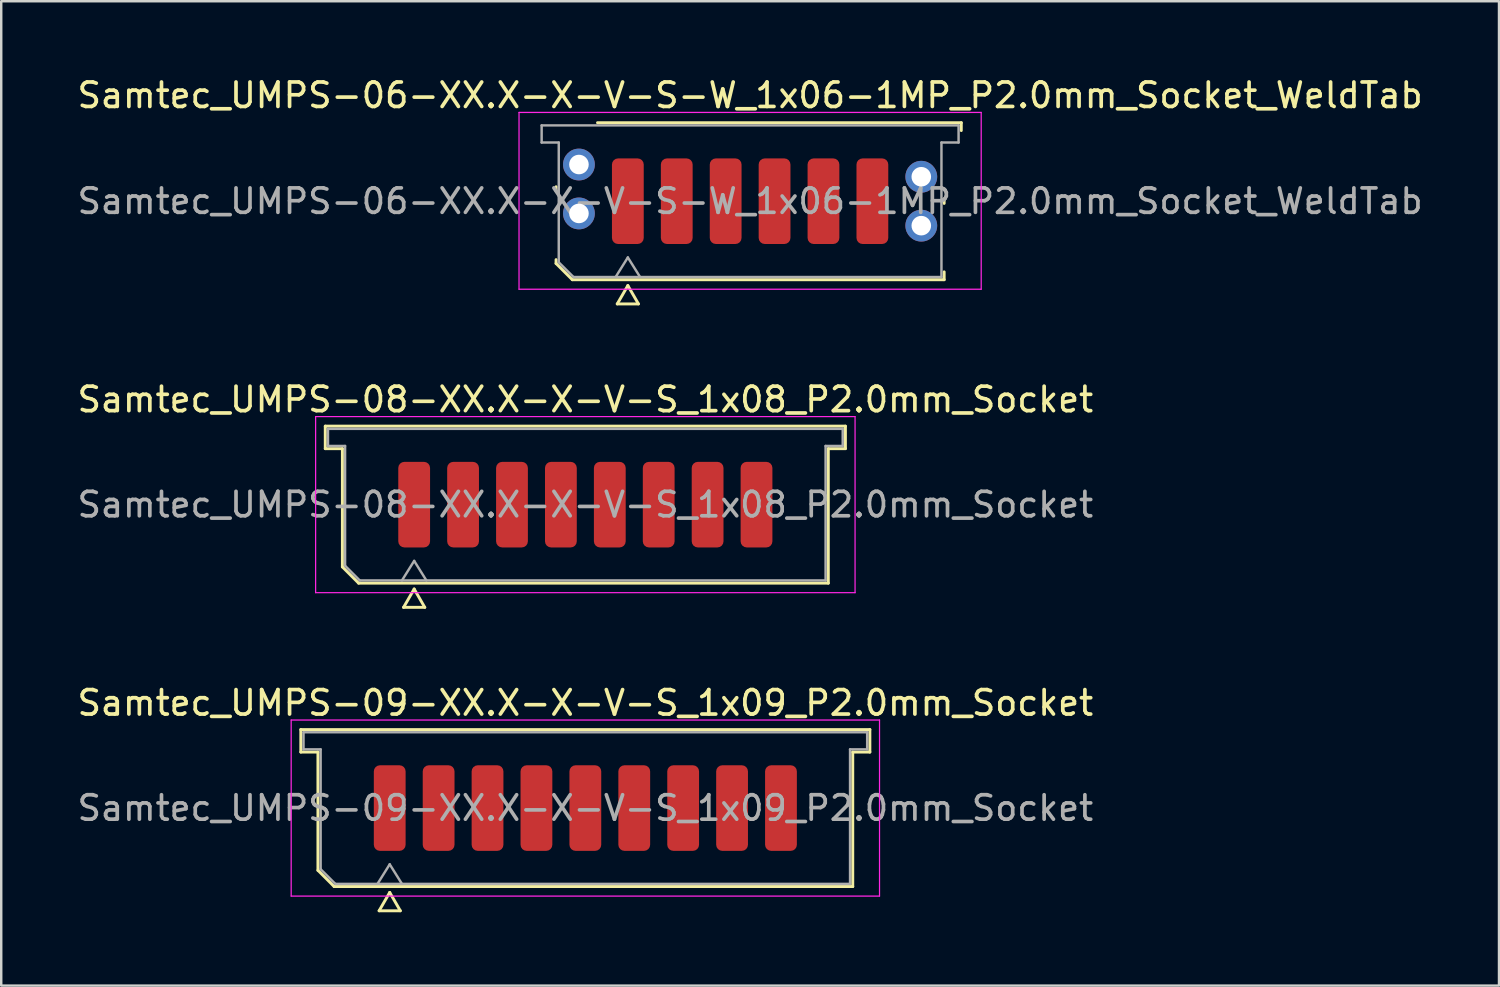
<source format=kicad_pcb>
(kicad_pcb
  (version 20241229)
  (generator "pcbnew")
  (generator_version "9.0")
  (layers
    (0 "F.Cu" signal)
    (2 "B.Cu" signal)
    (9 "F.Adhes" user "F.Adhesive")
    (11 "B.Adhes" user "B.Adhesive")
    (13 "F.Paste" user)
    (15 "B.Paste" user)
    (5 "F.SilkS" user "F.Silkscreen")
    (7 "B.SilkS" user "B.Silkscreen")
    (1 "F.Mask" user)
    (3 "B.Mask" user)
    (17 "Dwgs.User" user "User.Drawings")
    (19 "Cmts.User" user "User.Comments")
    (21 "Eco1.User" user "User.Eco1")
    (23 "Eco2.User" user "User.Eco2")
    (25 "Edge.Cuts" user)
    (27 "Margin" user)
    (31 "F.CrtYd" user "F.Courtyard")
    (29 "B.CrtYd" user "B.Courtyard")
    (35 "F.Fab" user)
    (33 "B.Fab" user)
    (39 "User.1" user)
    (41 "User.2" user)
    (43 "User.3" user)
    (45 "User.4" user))
  (footprint "Samtec_UMPS-08-XX.X-X-V-S_1x08_P2.0mm_Socket"
    (layer "F.Cu")
    (at 20.887 17.587)
    (property "Reference" "Samtec_UMPS-08-XX.X-X-V-S_1x08_P2.0mm_Socket" (at 0 -4.3 0) (layer "F.SilkS") (effects (font (size 1 1) (thickness 0.15))))
    (attr smd)
    (fp_line (start -10.635 -3.21) (end 10.635 -3.21) (stroke (width 0.12) (type solid)) (layer "F.SilkS"))
    (fp_line (start -10.635 -2.29) (end -10.635 -3.21) (stroke (width 0.12) (type solid)) (layer "F.SilkS"))
    (fp_line (start -9.935 -2.29) (end -10.635 -2.29) (stroke (width 0.12) (type solid)) (layer "F.SilkS"))
    (fp_line (start -9.935 2.546) (end -9.935 -2.29) (stroke (width 0.12) (type solid)) (layer "F.SilkS"))
    (fp_line (start -9.271 3.21) (end -9.935 2.546) (stroke (width 0.12) (type solid)) (layer "F.SilkS"))
    (fp_line (start -7.433 4.2) (end -7 3.45) (stroke (width 0.12) (type solid)) (layer "F.SilkS"))
    (fp_line (start -7 3.45) (end -6.567 4.2) (stroke (width 0.12) (type solid)) (layer "F.SilkS"))
    (fp_line (start -6.567 4.2) (end -7.433 4.2) (stroke (width 0.12) (type solid)) (layer "F.SilkS"))
    (fp_line (start 9.935 -2.29) (end 9.935 3.21) (stroke (width 0.12) (type solid)) (layer "F.SilkS"))
    (fp_line (start 9.935 3.21) (end -9.271 3.21) (stroke (width 0.12) (type solid)) (layer "F.SilkS"))
    (fp_line (start 10.635 -3.21) (end 10.635 -2.29) (stroke (width 0.12) (type solid)) (layer "F.SilkS"))
    (fp_line (start 10.635 -2.29) (end 9.935 -2.29) (stroke (width 0.12) (type solid)) (layer "F.SilkS"))
    (fp_line (start -11.03 -3.6) (end -11.03 3.6) (stroke (width 0.05) (type solid)) (layer "F.CrtYd"))
    (fp_line (start -11.03 3.6) (end 11.03 3.6) (stroke (width 0.05) (type solid)) (layer "F.CrtYd"))
    (fp_line (start 11.03 -3.6) (end -11.03 -3.6) (stroke (width 0.05) (type solid)) (layer "F.CrtYd"))
    (fp_line (start 11.03 3.6) (end 11.03 -3.6) (stroke (width 0.05) (type solid)) (layer "F.CrtYd"))
    (fp_line (start -10.525 -3.1) (end 10.525 -3.1) (stroke (width 0.1) (type solid)) (layer "F.Fab"))
    (fp_line (start -10.525 -2.4) (end -10.525 -3.1) (stroke (width 0.1) (type solid)) (layer "F.Fab"))
    (fp_line (start -9.825 -2.4) (end -10.525 -2.4) (stroke (width 0.1) (type solid)) (layer "F.Fab"))
    (fp_line (start -9.825 2.5) (end -9.825 -2.4) (stroke (width 0.1) (type solid)) (layer "F.Fab"))
    (fp_line (start -9.225 3.1) (end -9.825 2.5) (stroke (width 0.1) (type solid)) (layer "F.Fab"))
    (fp_line (start -7.5 3.1) (end -7 2.3) (stroke (width 0.1) (type solid)) (layer "F.Fab"))
    (fp_line (start -7 2.3) (end -6.5 3.1) (stroke (width 0.1) (type solid)) (layer "F.Fab"))
    (fp_line (start 9.825 -2.4) (end 9.825 3.1) (stroke (width 0.1) (type solid)) (layer "F.Fab"))
    (fp_line (start 9.825 3.1) (end -9.225 3.1) (stroke (width 0.1) (type solid)) (layer "F.Fab"))
    (fp_line (start 10.525 -3.1) (end 10.525 -2.4) (stroke (width 0.1) (type solid)) (layer "F.Fab"))
    (fp_line (start 10.525 -2.4) (end 9.825 -2.4) (stroke (width 0.1) (type solid)) (layer "F.Fab"))
    (fp_text user "${REFERENCE}" (at 0 0 0) (layer "F.Fab") (effects (font (size 1 1) (thickness 0.15))))
    (pad "1" smd roundrect (at -7 0) (size 1.3 3.5) (layers "F.Cu" "F.Mask" "F.Paste") (roundrect_rratio 0.192))
    (pad "2" smd roundrect (at -5 0) (size 1.3 3.5) (layers "F.Cu" "F.Mask" "F.Paste") (roundrect_rratio 0.192))
    (pad "3" smd roundrect (at -3 0) (size 1.3 3.5) (layers "F.Cu" "F.Mask" "F.Paste") (roundrect_rratio 0.192))
    (pad "4" smd roundrect (at -1 0) (size 1.3 3.5) (layers "F.Cu" "F.Mask" "F.Paste") (roundrect_rratio 0.192))
    (pad "5" smd roundrect (at 1 0) (size 1.3 3.5) (layers "F.Cu" "F.Mask" "F.Paste") (roundrect_rratio 0.192))
    (pad "6" smd roundrect (at 3 0) (size 1.3 3.5) (layers "F.Cu" "F.Mask" "F.Paste") (roundrect_rratio 0.192))
    (pad "7" smd roundrect (at 5 0) (size 1.3 3.5) (layers "F.Cu" "F.Mask" "F.Paste") (roundrect_rratio 0.192))
    (pad "8" smd roundrect (at 7 0) (size 1.3 3.5) (layers "F.Cu" "F.Mask" "F.Paste") (roundrect_rratio 0.192)))
  (footprint "Samtec_UMPS-09-XX.X-X-V-S_1x09_P2.0mm_Socket"
    (layer "F.Cu")
    (at 20.887 29.995)
    (property "Reference" "Samtec_UMPS-09-XX.X-X-V-S_1x09_P2.0mm_Socket" (at 0 -4.3 0) (layer "F.SilkS") (effects (font (size 1 1) (thickness 0.15))))
    (attr smd)
    (fp_line (start -11.635 -3.21) (end 11.635 -3.21) (stroke (width 0.12) (type solid)) (layer "F.SilkS"))
    (fp_line (start -11.635 -2.29) (end -11.635 -3.21) (stroke (width 0.12) (type solid)) (layer "F.SilkS"))
    (fp_line (start -10.935 -2.29) (end -11.635 -2.29) (stroke (width 0.12) (type solid)) (layer "F.SilkS"))
    (fp_line (start -10.935 2.546) (end -10.935 -2.29) (stroke (width 0.12) (type solid)) (layer "F.SilkS"))
    (fp_line (start -10.271 3.21) (end -10.935 2.546) (stroke (width 0.12) (type solid)) (layer "F.SilkS"))
    (fp_line (start -8.433 4.2) (end -8 3.45) (stroke (width 0.12) (type solid)) (layer "F.SilkS"))
    (fp_line (start -8 3.45) (end -7.567 4.2) (stroke (width 0.12) (type solid)) (layer "F.SilkS"))
    (fp_line (start -7.567 4.2) (end -8.433 4.2) (stroke (width 0.12) (type solid)) (layer "F.SilkS"))
    (fp_line (start 10.935 -2.29) (end 10.935 3.21) (stroke (width 0.12) (type solid)) (layer "F.SilkS"))
    (fp_line (start 10.935 3.21) (end -10.271 3.21) (stroke (width 0.12) (type solid)) (layer "F.SilkS"))
    (fp_line (start 11.635 -3.21) (end 11.635 -2.29) (stroke (width 0.12) (type solid)) (layer "F.SilkS"))
    (fp_line (start 11.635 -2.29) (end 10.935 -2.29) (stroke (width 0.12) (type solid)) (layer "F.SilkS"))
    (fp_line (start -12.03 -3.6) (end -12.03 3.6) (stroke (width 0.05) (type solid)) (layer "F.CrtYd"))
    (fp_line (start -12.03 3.6) (end 12.03 3.6) (stroke (width 0.05) (type solid)) (layer "F.CrtYd"))
    (fp_line (start 12.03 -3.6) (end -12.03 -3.6) (stroke (width 0.05) (type solid)) (layer "F.CrtYd"))
    (fp_line (start 12.03 3.6) (end 12.03 -3.6) (stroke (width 0.05) (type solid)) (layer "F.CrtYd"))
    (fp_line (start -11.525 -3.1) (end 11.525 -3.1) (stroke (width 0.1) (type solid)) (layer "F.Fab"))
    (fp_line (start -11.525 -2.4) (end -11.525 -3.1) (stroke (width 0.1) (type solid)) (layer "F.Fab"))
    (fp_line (start -10.825 -2.4) (end -11.525 -2.4) (stroke (width 0.1) (type solid)) (layer "F.Fab"))
    (fp_line (start -10.825 2.5) (end -10.825 -2.4) (stroke (width 0.1) (type solid)) (layer "F.Fab"))
    (fp_line (start -10.225 3.1) (end -10.825 2.5) (stroke (width 0.1) (type solid)) (layer "F.Fab"))
    (fp_line (start -8.5 3.1) (end -8 2.3) (stroke (width 0.1) (type solid)) (layer "F.Fab"))
    (fp_line (start -8 2.3) (end -7.5 3.1) (stroke (width 0.1) (type solid)) (layer "F.Fab"))
    (fp_line (start 10.825 -2.4) (end 10.825 3.1) (stroke (width 0.1) (type solid)) (layer "F.Fab"))
    (fp_line (start 10.825 3.1) (end -10.225 3.1) (stroke (width 0.1) (type solid)) (layer "F.Fab"))
    (fp_line (start 11.525 -3.1) (end 11.525 -2.4) (stroke (width 0.1) (type solid)) (layer "F.Fab"))
    (fp_line (start 11.525 -2.4) (end 10.825 -2.4) (stroke (width 0.1) (type solid)) (layer "F.Fab"))
    (fp_text user "${REFERENCE}" (at 0 0 0) (layer "F.Fab") (effects (font (size 1 1) (thickness 0.15))))
    (pad "1" smd roundrect (at -8 0) (size 1.3 3.5) (layers "F.Cu" "F.Mask" "F.Paste") (roundrect_rratio 0.192))
    (pad "2" smd roundrect (at -6 0) (size 1.3 3.5) (layers "F.Cu" "F.Mask" "F.Paste") (roundrect_rratio 0.192))
    (pad "3" smd roundrect (at -4 0) (size 1.3 3.5) (layers "F.Cu" "F.Mask" "F.Paste") (roundrect_rratio 0.192))
    (pad "4" smd roundrect (at -2 0) (size 1.3 3.5) (layers "F.Cu" "F.Mask" "F.Paste") (roundrect_rratio 0.192))
    (pad "5" smd roundrect (at 0 0) (size 1.3 3.5) (layers "F.Cu" "F.Mask" "F.Paste") (roundrect_rratio 0.192))
    (pad "6" smd roundrect (at 2 0) (size 1.3 3.5) (layers "F.Cu" "F.Mask" "F.Paste") (roundrect_rratio 0.192))
    (pad "7" smd roundrect (at 4 0) (size 1.3 3.5) (layers "F.Cu" "F.Mask" "F.Paste") (roundrect_rratio 0.192))
    (pad "8" smd roundrect (at 6 0) (size 1.3 3.5) (layers "F.Cu" "F.Mask" "F.Paste") (roundrect_rratio 0.192))
    (pad "9" smd roundrect (at 8 0) (size 1.3 3.5) (layers "F.Cu" "F.Mask" "F.Paste") (roundrect_rratio 0.192)))
  (footprint "Samtec_UMPS-06-XX.X-X-V-S-W_1x06-1MP_P2.0mm_Socket_WeldTab"
    (layer "F.Cu")
    (at 27.625 5.178)
    (property "Reference" "Samtec_UMPS-06-XX.X-X-V-S-W_1x06-1MP_P2.0mm_Socket_WeldTab" (at 0 -4.33 0) (layer "F.SilkS") (effects (font (size 1 1) (thickness 0.15))))
    (attr smd)
    (fp_line (start -7.935 -0.41) (end -7.935 -0.59) (stroke (width 0.12) (type solid)) (layer "F.SilkS"))
    (fp_line (start -7.935 2.546) (end -7.935 2.39) (stroke (width 0.12) (type solid)) (layer "F.SilkS"))
    (fp_line (start -7.271 3.21) (end -7.935 2.546) (stroke (width 0.12) (type solid)) (layer "F.SilkS"))
    (fp_line (start -6.24 -3.21) (end 8.635 -3.21) (stroke (width 0.12) (type solid)) (layer "F.SilkS"))
    (fp_line (start -5.433 4.2) (end -5 3.45) (stroke (width 0.12) (type solid)) (layer "F.SilkS"))
    (fp_line (start -5 3.45) (end -4.567 4.2) (stroke (width 0.12) (type solid)) (layer "F.SilkS"))
    (fp_line (start -4.567 4.2) (end -5.433 4.2) (stroke (width 0.12) (type solid)) (layer "F.SilkS"))
    (fp_line (start 7.935 -0.09) (end 7.935 0.09) (stroke (width 0.12) (type solid)) (layer "F.SilkS"))
    (fp_line (start 7.935 2.89) (end 7.935 3.21) (stroke (width 0.12) (type solid)) (layer "F.SilkS"))
    (fp_line (start 7.935 3.21) (end -7.271 3.21) (stroke (width 0.12) (type solid)) (layer "F.SilkS"))
    (fp_line (start 8.635 -3.21) (end 8.635 -2.89) (stroke (width 0.12) (type solid)) (layer "F.SilkS"))
    (fp_line (start -9.45 -3.63) (end -9.45 3.6) (stroke (width 0.05) (type solid)) (layer "F.CrtYd"))
    (fp_line (start -9.45 3.6) (end 9.45 3.6) (stroke (width 0.05) (type solid)) (layer "F.CrtYd"))
    (fp_line (start 9.45 -3.63) (end -9.45 -3.63) (stroke (width 0.05) (type solid)) (layer "F.CrtYd"))
    (fp_line (start 9.45 3.6) (end 9.45 -3.63) (stroke (width 0.05) (type solid)) (layer "F.CrtYd"))
    (fp_line (start -8.525 -3.1) (end 8.525 -3.1) (stroke (width 0.1) (type solid)) (layer "F.Fab"))
    (fp_line (start -8.525 -2.4) (end -8.525 -3.1) (stroke (width 0.1) (type solid)) (layer "F.Fab"))
    (fp_line (start -7.825 -2.4) (end -8.525 -2.4) (stroke (width 0.1) (type solid)) (layer "F.Fab"))
    (fp_line (start -7.825 2.5) (end -7.825 -2.4) (stroke (width 0.1) (type solid)) (layer "F.Fab"))
    (fp_line (start -7.225 3.1) (end -7.825 2.5) (stroke (width 0.1) (type solid)) (layer "F.Fab"))
    (fp_line (start -5.5 3.1) (end -5 2.3) (stroke (width 0.1) (type solid)) (layer "F.Fab"))
    (fp_line (start -5 2.3) (end -4.5 3.1) (stroke (width 0.1) (type solid)) (layer "F.Fab"))
    (fp_line (start 7.825 -2.4) (end 7.825 3.1) (stroke (width 0.1) (type solid)) (layer "F.Fab"))
    (fp_line (start 7.825 3.1) (end -7.225 3.1) (stroke (width 0.1) (type solid)) (layer "F.Fab"))
    (fp_line (start 8.525 -3.1) (end 8.525 -2.4) (stroke (width 0.1) (type solid)) (layer "F.Fab"))
    (fp_line (start 8.525 -2.4) (end 7.825 -2.4) (stroke (width 0.1) (type solid)) (layer "F.Fab"))
    (fp_text user "${REFERENCE}" (at 0 0 0) (layer "F.Fab") (effects (font (size 1 1) (thickness 0.15))))
    (pad "" smd rect (at -7.725 -1.99) (size 2.45 2.28) (layers "F.Paste"))
    (pad "" smd rect (at -7.725 0.99) (size 2.45 2.28) (layers "F.Paste"))
    (pad "" smd rect (at 7.725 -1.49) (size 2.45 2.28) (layers "F.Paste"))
    (pad "" smd rect (at 7.725 1.49) (size 2.45 2.28) (layers "F.Paste"))
    (pad "1" smd roundrect (at -5 0) (size 1.3 3.5) (layers "F.Cu" "F.Mask" "F.Paste") (roundrect_rratio 0.192))
    (pad "2" smd roundrect (at -3 0) (size 1.3 3.5) (layers "F.Cu" "F.Mask" "F.Paste") (roundrect_rratio 0.192))
    (pad "3" smd roundrect (at -1 0) (size 1.3 3.5) (layers "F.Cu" "F.Mask" "F.Paste") (roundrect_rratio 0.192))
    (pad "4" smd roundrect (at 1 0) (size 1.3 3.5) (layers "F.Cu" "F.Mask" "F.Paste") (roundrect_rratio 0.192))
    (pad "5" smd roundrect (at 3 0) (size 1.3 3.5) (layers "F.Cu" "F.Mask" "F.Paste") (roundrect_rratio 0.192))
    (pad "6" smd roundrect (at 5 0) (size 1.3 3.5) (layers "F.Cu" "F.Mask" "F.Paste") (roundrect_rratio 0.192))
    (pad "MP" thru_hole circle (at -7 -1.5) (size 1.3 1.3) (drill 0.8) (layers "*.Cu" "*.Mask"))
    (pad "MP" thru_hole circle (at -7 0.5) (size 1.3 1.3) (drill 0.8) (layers "*.Cu" "*.Mask"))
    (pad "MP" thru_hole circle (at 7 -1) (size 1.3 1.3) (drill 0.8) (layers "*.Cu" "*.Mask"))
    (pad "MP" thru_hole circle (at 7 1) (size 1.3 1.3) (drill 0.8) (layers "*.Cu" "*.Mask")))
  (gr_rect
    (start -3 -3)
    (end 58.25 37.255)
    (stroke (width 0.1) (type default))
    (fill no)
    (layer "Edge.Cuts")))
</source>
